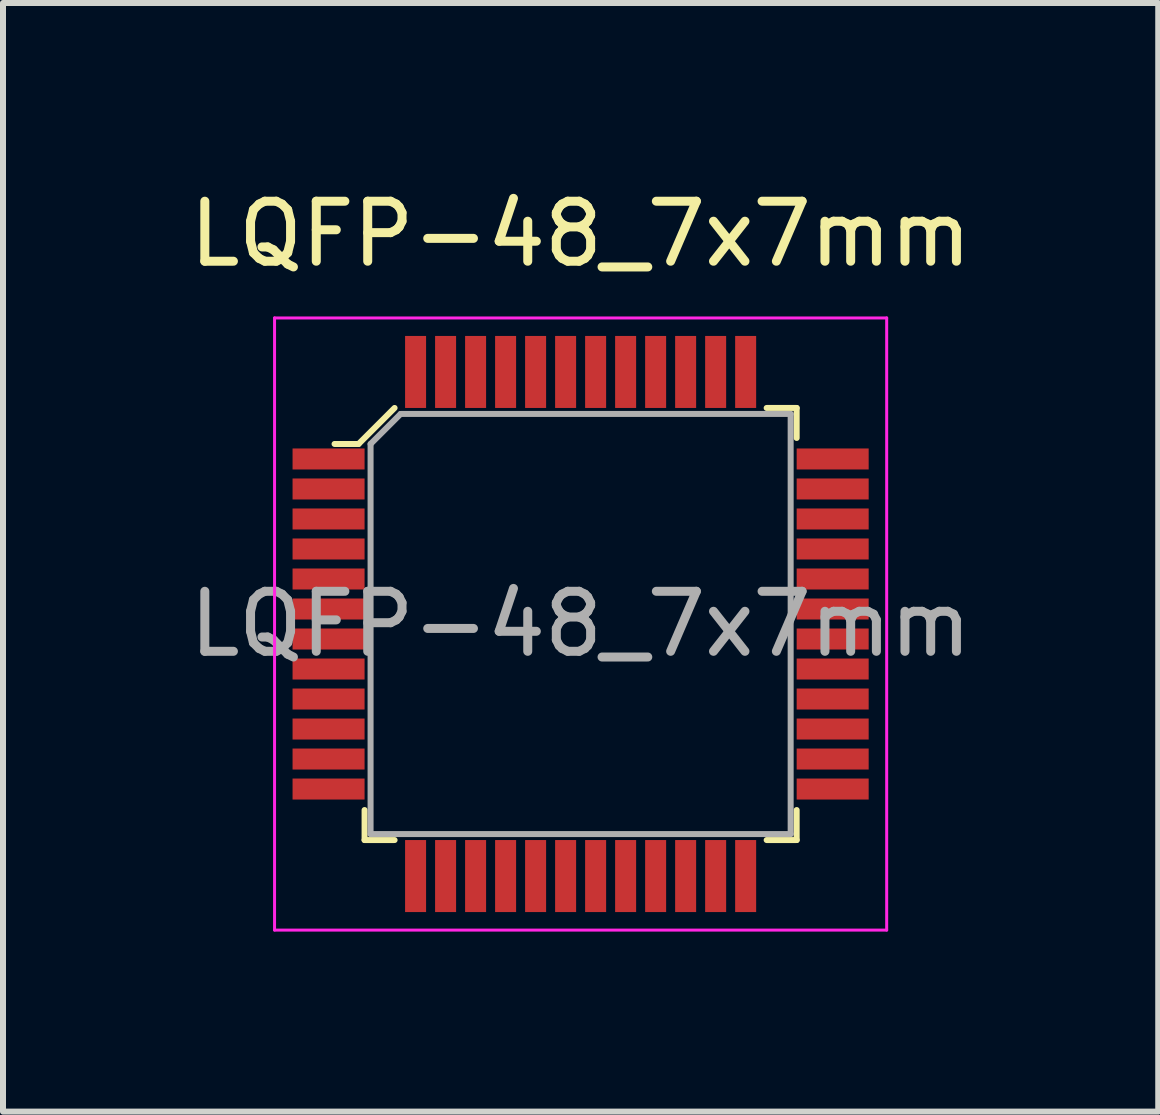
<source format=kicad_pcb>
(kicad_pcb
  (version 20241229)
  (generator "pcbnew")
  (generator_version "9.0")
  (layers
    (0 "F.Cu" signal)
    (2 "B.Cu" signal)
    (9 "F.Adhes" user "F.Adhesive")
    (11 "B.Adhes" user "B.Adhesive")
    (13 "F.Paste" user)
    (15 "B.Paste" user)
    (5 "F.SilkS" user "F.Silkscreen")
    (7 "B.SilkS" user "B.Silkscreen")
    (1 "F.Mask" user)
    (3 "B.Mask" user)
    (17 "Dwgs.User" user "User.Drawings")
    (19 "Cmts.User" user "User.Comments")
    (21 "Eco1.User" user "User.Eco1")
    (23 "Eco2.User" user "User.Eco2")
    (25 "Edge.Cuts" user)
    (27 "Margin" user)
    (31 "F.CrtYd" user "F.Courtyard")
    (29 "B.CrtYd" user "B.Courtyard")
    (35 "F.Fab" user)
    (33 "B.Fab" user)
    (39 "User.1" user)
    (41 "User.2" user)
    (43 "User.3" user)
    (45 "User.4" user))
  (footprint "LQFP-48_7x7mm"
    (layer "F.Cu")
    (at 6.625 7.348)
    (property "Reference" "LQFP-48_7x7mm" (at 0 -6.5 0) (layer "F.SilkS") (effects (font (size 1 1) (thickness 0.15))))
    (attr smd)
    (fp_line (start -3.7 -3) (end -4.1 -3) (stroke (width 0.1) (type solid)) (layer "F.SilkS"))
    (fp_line (start -3.6 3.1) (end -3.6 3.6) (stroke (width 0.1) (type solid)) (layer "F.SilkS"))
    (fp_line (start -3.6 3.6) (end -3.1 3.6) (stroke (width 0.1) (type solid)) (layer "F.SilkS"))
    (fp_line (start -3.1 -3.6) (end -3.7 -3) (stroke (width 0.1) (type solid)) (layer "F.SilkS"))
    (fp_line (start 3.1 -3.6) (end 3.6 -3.6) (stroke (width 0.1) (type solid)) (layer "F.SilkS"))
    (fp_line (start 3.6 -3.6) (end 3.6 -3.1) (stroke (width 0.1) (type solid)) (layer "F.SilkS"))
    (fp_line (start 3.6 3.1) (end 3.6 3.6) (stroke (width 0.1) (type solid)) (layer "F.SilkS"))
    (fp_line (start 3.6 3.6) (end 3.1 3.6) (stroke (width 0.1) (type solid)) (layer "F.SilkS"))
    (fp_line (start -5.1 -5.1) (end -5.1 5.1) (stroke (width 0.05) (type solid)) (layer "F.CrtYd"))
    (fp_line (start -5.1 -5.1) (end 5.1 -5.1) (stroke (width 0.05) (type solid)) (layer "F.CrtYd"))
    (fp_line (start -5.1 5.1) (end 5.1 5.1) (stroke (width 0.05) (type solid)) (layer "F.CrtYd"))
    (fp_line (start 5.1 5.1) (end 5.1 -5.1) (stroke (width 0.05) (type solid)) (layer "F.CrtYd"))
    (fp_line (start -3.5 -3) (end -3.5 3.5) (stroke (width 0.1) (type solid)) (layer "F.Fab"))
    (fp_line (start -3.5 3.5) (end 3.5 3.5) (stroke (width 0.1) (type solid)) (layer "F.Fab"))
    (fp_line (start -3 -3.5) (end -3.5 -3) (stroke (width 0.1) (type solid)) (layer "F.Fab"))
    (fp_line (start -3 -3.5) (end 3.5 -3.5) (stroke (width 0.1) (type solid)) (layer "F.Fab"))
    (fp_line (start 3.5 -3.5) (end 3.5 3.5) (stroke (width 0.1) (type solid)) (layer "F.Fab"))
    (fp_text user "${REFERENCE}" (at 0 0 0) (layer "F.Fab") (effects (font (size 1 1) (thickness 0.15))))
    (pad "1" smd rect (at -4.2 -2.75) (size 1.2 0.35) (layers "F.Cu" "F.Mask" "F.Paste"))
    (pad "2" smd rect (at -4.2 -2.25) (size 1.2 0.35) (layers "F.Cu" "F.Mask" "F.Paste"))
    (pad "3" smd rect (at -4.2 -1.75) (size 1.2 0.35) (layers "F.Cu" "F.Mask" "F.Paste"))
    (pad "4" smd rect (at -4.2 -1.25) (size 1.2 0.35) (layers "F.Cu" "F.Mask" "F.Paste"))
    (pad "5" smd rect (at -4.2 -0.75) (size 1.2 0.35) (layers "F.Cu" "F.Mask" "F.Paste"))
    (pad "6" smd rect (at -4.2 -0.25) (size 1.2 0.35) (layers "F.Cu" "F.Mask" "F.Paste"))
    (pad "7" smd rect (at -4.2 0.25) (size 1.2 0.35) (layers "F.Cu" "F.Mask" "F.Paste"))
    (pad "8" smd rect (at -4.2 0.75) (size 1.2 0.35) (layers "F.Cu" "F.Mask" "F.Paste"))
    (pad "9" smd rect (at -4.2 1.25) (size 1.2 0.35) (layers "F.Cu" "F.Mask" "F.Paste"))
    (pad "10" smd rect (at -4.2 1.75) (size 1.2 0.35) (layers "F.Cu" "F.Mask" "F.Paste"))
    (pad "11" smd rect (at -4.2 2.25) (size 1.2 0.35) (layers "F.Cu" "F.Mask" "F.Paste"))
    (pad "12" smd rect (at -4.2 2.75) (size 1.2 0.35) (layers "F.Cu" "F.Mask" "F.Paste"))
    (pad "13" smd rect (at -2.75 4.2) (size 0.35 1.2) (layers "F.Cu" "F.Mask" "F.Paste"))
    (pad "14" smd rect (at -2.25 4.2) (size 0.35 1.2) (layers "F.Cu" "F.Mask" "F.Paste"))
    (pad "15" smd rect (at -1.75 4.2) (size 0.35 1.2) (layers "F.Cu" "F.Mask" "F.Paste"))
    (pad "16" smd rect (at -1.25 4.2) (size 0.35 1.2) (layers "F.Cu" "F.Mask" "F.Paste"))
    (pad "17" smd rect (at -0.75 4.2) (size 0.35 1.2) (layers "F.Cu" "F.Mask" "F.Paste"))
    (pad "18" smd rect (at -0.25 4.2) (size 0.35 1.2) (layers "F.Cu" "F.Mask" "F.Paste"))
    (pad "19" smd rect (at 0.25 4.2) (size 0.35 1.2) (layers "F.Cu" "F.Mask" "F.Paste"))
    (pad "20" smd rect (at 0.75 4.2) (size 0.35 1.2) (layers "F.Cu" "F.Mask" "F.Paste"))
    (pad "21" smd rect (at 1.25 4.2) (size 0.35 1.2) (layers "F.Cu" "F.Mask" "F.Paste"))
    (pad "22" smd rect (at 1.75 4.2) (size 0.35 1.2) (layers "F.Cu" "F.Mask" "F.Paste"))
    (pad "23" smd rect (at 2.25 4.2) (size 0.35 1.2) (layers "F.Cu" "F.Mask" "F.Paste"))
    (pad "24" smd rect (at 2.75 4.2) (size 0.35 1.2) (layers "F.Cu" "F.Mask" "F.Paste"))
    (pad "25" smd rect (at 4.2 2.75) (size 1.2 0.35) (layers "F.Cu" "F.Mask" "F.Paste"))
    (pad "26" smd rect (at 4.2 2.25) (size 1.2 0.35) (layers "F.Cu" "F.Mask" "F.Paste"))
    (pad "27" smd rect (at 4.2 1.75) (size 1.2 0.35) (layers "F.Cu" "F.Mask" "F.Paste"))
    (pad "28" smd rect (at 4.2 1.25) (size 1.2 0.35) (layers "F.Cu" "F.Mask" "F.Paste"))
    (pad "29" smd rect (at 4.2 0.75) (size 1.2 0.35) (layers "F.Cu" "F.Mask" "F.Paste"))
    (pad "30" smd rect (at 4.2 0.25) (size 1.2 0.35) (layers "F.Cu" "F.Mask" "F.Paste"))
    (pad "31" smd rect (at 4.2 -0.25) (size 1.2 0.35) (layers "F.Cu" "F.Mask" "F.Paste"))
    (pad "32" smd rect (at 4.2 -0.75) (size 1.2 0.35) (layers "F.Cu" "F.Mask" "F.Paste"))
    (pad "33" smd rect (at 4.2 -1.25) (size 1.2 0.35) (layers "F.Cu" "F.Mask" "F.Paste"))
    (pad "34" smd rect (at 4.2 -1.75) (size 1.2 0.35) (layers "F.Cu" "F.Mask" "F.Paste"))
    (pad "35" smd rect (at 4.2 -2.25) (size 1.2 0.35) (layers "F.Cu" "F.Mask" "F.Paste"))
    (pad "36" smd rect (at 4.2 -2.75) (size 1.2 0.35) (layers "F.Cu" "F.Mask" "F.Paste"))
    (pad "37" smd rect (at 2.75 -4.2) (size 0.35 1.2) (layers "F.Cu" "F.Mask" "F.Paste"))
    (pad "38" smd rect (at 2.25 -4.2) (size 0.35 1.2) (layers "F.Cu" "F.Mask" "F.Paste"))
    (pad "39" smd rect (at 1.75 -4.2) (size 0.35 1.2) (layers "F.Cu" "F.Mask" "F.Paste"))
    (pad "40" smd rect (at 1.25 -4.2) (size 0.35 1.2) (layers "F.Cu" "F.Mask" "F.Paste"))
    (pad "41" smd rect (at 0.75 -4.2) (size 0.35 1.2) (layers "F.Cu" "F.Mask" "F.Paste"))
    (pad "42" smd rect (at 0.25 -4.2) (size 0.35 1.2) (layers "F.Cu" "F.Mask" "F.Paste"))
    (pad "43" smd rect (at -0.25 -4.2) (size 0.35 1.2) (layers "F.Cu" "F.Mask" "F.Paste"))
    (pad "44" smd rect (at -0.75 -4.2) (size 0.35 1.2) (layers "F.Cu" "F.Mask" "F.Paste"))
    (pad "45" smd rect (at -1.25 -4.2) (size 0.35 1.2) (layers "F.Cu" "F.Mask" "F.Paste"))
    (pad "46" smd rect (at -1.75 -4.2) (size 0.35 1.2) (layers "F.Cu" "F.Mask" "F.Paste"))
    (pad "47" smd rect (at -2.25 -4.2) (size 0.35 1.2) (layers "F.Cu" "F.Mask" "F.Paste"))
    (pad "48" smd rect (at -2.75 -4.2) (size 0.35 1.2) (layers "F.Cu" "F.Mask" "F.Paste")))
  (gr_rect
    (start -3 -3)
    (end 16.25 15.473)
    (stroke (width 0.1) (type default))
    (fill no)
    (layer "Edge.Cuts")))
</source>
